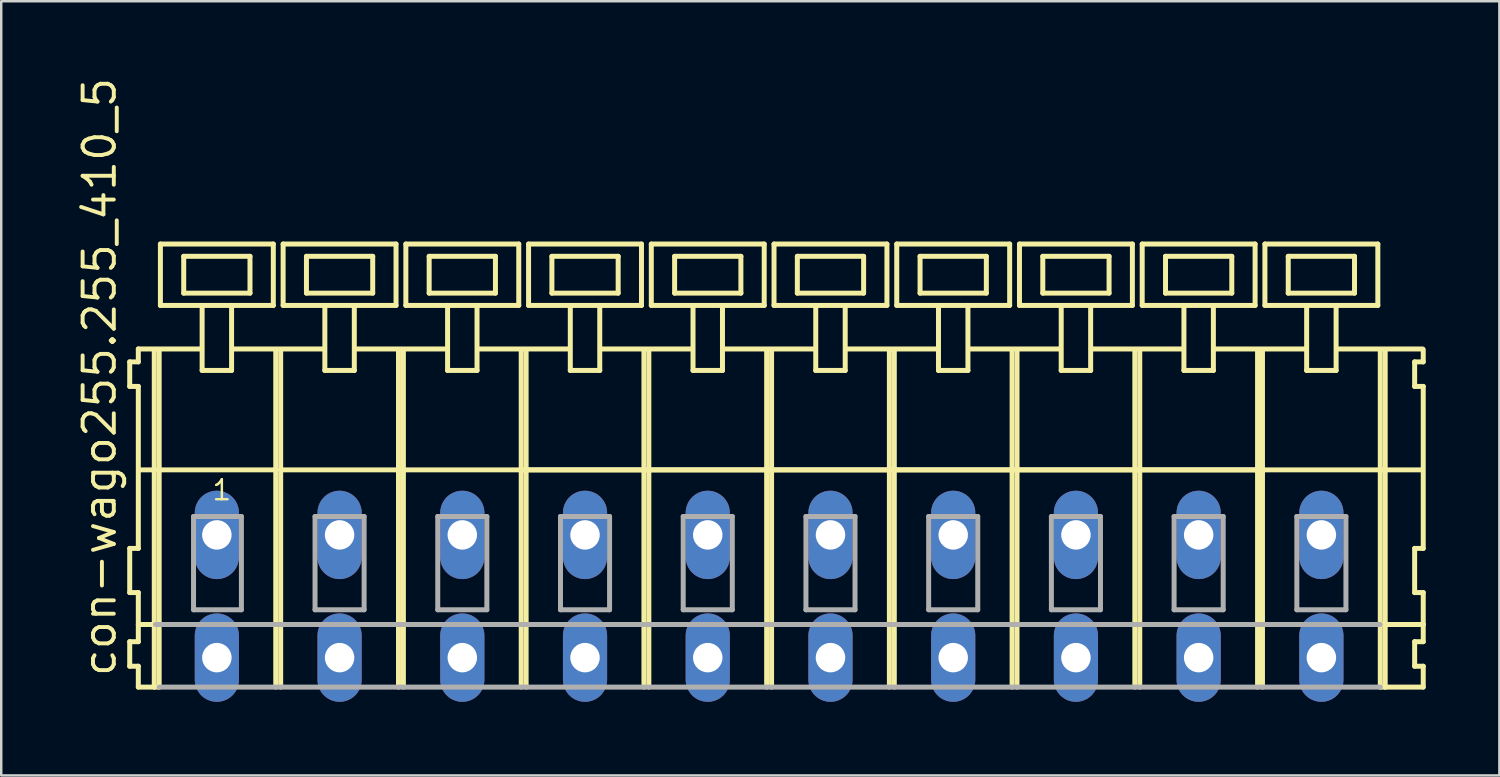
<source format=kicad_pcb>
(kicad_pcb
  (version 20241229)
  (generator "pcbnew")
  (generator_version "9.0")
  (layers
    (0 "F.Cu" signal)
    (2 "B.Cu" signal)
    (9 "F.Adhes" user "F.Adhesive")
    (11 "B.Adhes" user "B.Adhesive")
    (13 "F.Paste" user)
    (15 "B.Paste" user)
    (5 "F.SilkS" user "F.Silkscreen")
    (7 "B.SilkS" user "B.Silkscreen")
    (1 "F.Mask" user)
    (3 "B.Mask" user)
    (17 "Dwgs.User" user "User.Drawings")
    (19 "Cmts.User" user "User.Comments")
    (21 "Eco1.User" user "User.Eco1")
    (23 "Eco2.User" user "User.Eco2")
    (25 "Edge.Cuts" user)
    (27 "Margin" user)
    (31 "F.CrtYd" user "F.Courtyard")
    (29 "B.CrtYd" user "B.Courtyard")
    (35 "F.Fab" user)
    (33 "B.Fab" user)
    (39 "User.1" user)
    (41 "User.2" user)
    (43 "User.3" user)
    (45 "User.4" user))
  (footprint "con-wago255.255_410_5"
    (layer "F.Cu")
    (at 28.285 18.743)
    (property "Reference" "con-wago255.255_410_5" (at -26.535 5.855 90) (layer "F.SilkS") (effects (font (size 1.27 1.27) (thickness 0.16)) (justify left bottom)))
    (attr through_hole)
    (fp_line (start -26.05 -7.05) (end -26.05 -6.05) (stroke (width 0.203) (type default)) (layer "F.SilkS"))
    (fp_line (start -26.05 -6.05) (end -25.7 -6.05) (stroke (width 0.203) (type default)) (layer "F.SilkS"))
    (fp_line (start -26.05 0.55) (end -26.05 2.35) (stroke (width 0.203) (type default)) (layer "F.SilkS"))
    (fp_line (start -26.05 2.35) (end -25.7 2.35) (stroke (width 0.203) (type default)) (layer "F.SilkS"))
    (fp_line (start -26.05 4.35) (end -26.05 5.35) (stroke (width 0.203) (type default)) (layer "F.SilkS"))
    (fp_line (start -26.05 5.35) (end -25.7 5.35) (stroke (width 0.203) (type default)) (layer "F.SilkS"))
    (fp_line (start -25.7 -7.575) (end -25.7 -7.05) (stroke (width 0.203) (type default)) (layer "F.SilkS"))
    (fp_line (start -25.7 -7.575) (end -23.125 -7.575) (stroke (width 0.203) (type default)) (layer "F.SilkS"))
    (fp_line (start -25.7 -7.05) (end -26.05 -7.05) (stroke (width 0.203) (type default)) (layer "F.SilkS"))
    (fp_line (start -25.7 -6.05) (end -25.7 0.55) (stroke (width 0.203) (type default)) (layer "F.SilkS"))
    (fp_line (start -25.7 0.55) (end -26.05 0.55) (stroke (width 0.203) (type default)) (layer "F.SilkS"))
    (fp_line (start -25.7 2.35) (end -25.7 4.35) (stroke (width 0.203) (type default)) (layer "F.SilkS"))
    (fp_line (start -25.7 3.65) (end -25 3.65) (stroke (width 0.203) (type default)) (layer "F.SilkS"))
    (fp_line (start -25.7 4.35) (end -26.05 4.35) (stroke (width 0.203) (type default)) (layer "F.SilkS"))
    (fp_line (start -25.7 5.35) (end -25.7 6.2) (stroke (width 0.203) (type default)) (layer "F.SilkS"))
    (fp_line (start -25.7 6.2) (end -25.05 6.2) (stroke (width 0.203) (type default)) (layer "F.SilkS"))
    (fp_line (start -25.65 -2.65) (end -20.1 -2.65) (stroke (width 0.203) (type default)) (layer "F.SilkS"))
    (fp_line (start -25.05 -7.55) (end -25.05 6.2) (stroke (width 0.203) (type default)) (layer "F.SilkS"))
    (fp_line (start -25.05 6.2) (end -24.85 6.2) (stroke (width 0.203) (type default)) (layer "F.SilkS"))
    (fp_line (start -24.85 -7.55) (end -24.85 6.2) (stroke (width 0.203) (type default)) (layer "F.SilkS"))
    (fp_line (start -24.8 -11.85) (end -24.8 -9.35) (stroke (width 0.203) (type default)) (layer "F.SilkS"))
    (fp_line (start -24.8 -9.35) (end -23.1 -9.35) (stroke (width 0.203) (type default)) (layer "F.SilkS"))
    (fp_line (start -23.85 -11.35) (end -23.85 -9.85) (stroke (width 0.203) (type default)) (layer "F.SilkS"))
    (fp_line (start -23.85 -9.85) (end -21.15 -9.85) (stroke (width 0.203) (type default)) (layer "F.SilkS"))
    (fp_line (start -23.1 -9.35) (end -23.1 -6.7) (stroke (width 0.203) (type default)) (layer "F.SilkS"))
    (fp_line (start -23.1 -9.35) (end -21.9 -9.35) (stroke (width 0.203) (type default)) (layer "F.SilkS"))
    (fp_line (start -23.1 -6.7) (end -21.9 -6.7) (stroke (width 0.203) (type default)) (layer "F.SilkS"))
    (fp_line (start -21.9 -9.35) (end -20.2 -9.35) (stroke (width 0.203) (type default)) (layer "F.SilkS"))
    (fp_line (start -21.9 -6.7) (end -21.9 -9.35) (stroke (width 0.203) (type default)) (layer "F.SilkS"))
    (fp_line (start -21.825 -7.575) (end -18.125 -7.575) (stroke (width 0.203) (type default)) (layer "F.SilkS"))
    (fp_line (start -21.15 -11.35) (end -23.85 -11.35) (stroke (width 0.203) (type default)) (layer "F.SilkS"))
    (fp_line (start -21.15 -9.85) (end -21.15 -11.35) (stroke (width 0.203) (type default)) (layer "F.SilkS"))
    (fp_line (start -20.2 -11.85) (end -24.8 -11.85) (stroke (width 0.203) (type default)) (layer "F.SilkS"))
    (fp_line (start -20.2 -9.35) (end -20.2 -11.85) (stroke (width 0.203) (type default)) (layer "F.SilkS"))
    (fp_line (start -20.1 -7.55) (end -20.1 -2.65) (stroke (width 0.203) (type default)) (layer "F.SilkS"))
    (fp_line (start -20.1 -2.65) (end -20.1 6.2) (stroke (width 0.203) (type default)) (layer "F.SilkS"))
    (fp_line (start -19.9 -7.55) (end -19.9 -2.65) (stroke (width 0.203) (type default)) (layer "F.SilkS"))
    (fp_line (start -19.9 -2.65) (end -19.9 6.2) (stroke (width 0.203) (type default)) (layer "F.SilkS"))
    (fp_line (start -19.9 -2.65) (end -15.1 -2.65) (stroke (width 0.203) (type default)) (layer "F.SilkS"))
    (fp_line (start -19.8 -11.85) (end -19.8 -9.35) (stroke (width 0.203) (type default)) (layer "F.SilkS"))
    (fp_line (start -19.8 -9.35) (end -18.1 -9.35) (stroke (width 0.203) (type default)) (layer "F.SilkS"))
    (fp_line (start -18.85 -11.35) (end -18.85 -9.85) (stroke (width 0.203) (type default)) (layer "F.SilkS"))
    (fp_line (start -18.85 -9.85) (end -16.15 -9.85) (stroke (width 0.203) (type default)) (layer "F.SilkS"))
    (fp_line (start -18.1 -9.35) (end -18.1 -6.7) (stroke (width 0.203) (type default)) (layer "F.SilkS"))
    (fp_line (start -18.1 -9.35) (end -16.9 -9.35) (stroke (width 0.203) (type default)) (layer "F.SilkS"))
    (fp_line (start -18.1 -6.7) (end -16.9 -6.7) (stroke (width 0.203) (type default)) (layer "F.SilkS"))
    (fp_line (start -16.9 -9.35) (end -15.2 -9.35) (stroke (width 0.203) (type default)) (layer "F.SilkS"))
    (fp_line (start -16.9 -6.7) (end -16.9 -9.35) (stroke (width 0.203) (type default)) (layer "F.SilkS"))
    (fp_line (start -16.875 -7.575) (end -13.125 -7.575) (stroke (width 0.203) (type default)) (layer "F.SilkS"))
    (fp_line (start -16.15 -11.35) (end -18.85 -11.35) (stroke (width 0.203) (type default)) (layer "F.SilkS"))
    (fp_line (start -16.15 -9.85) (end -16.15 -11.35) (stroke (width 0.203) (type default)) (layer "F.SilkS"))
    (fp_line (start -15.2 -11.85) (end -19.8 -11.85) (stroke (width 0.203) (type default)) (layer "F.SilkS"))
    (fp_line (start -15.2 -9.35) (end -15.2 -11.85) (stroke (width 0.203) (type default)) (layer "F.SilkS"))
    (fp_line (start -15.1 -7.55) (end -15.1 -2.65) (stroke (width 0.203) (type default)) (layer "F.SilkS"))
    (fp_line (start -15.1 -2.65) (end -15.1 6.2) (stroke (width 0.203) (type default)) (layer "F.SilkS"))
    (fp_line (start -15.1 -2.65) (end -14.9 -2.65) (stroke (width 0.203) (type default)) (layer "F.SilkS"))
    (fp_line (start -14.9 -7.55) (end -14.9 -2.65) (stroke (width 0.203) (type default)) (layer "F.SilkS"))
    (fp_line (start -14.9 -2.65) (end -14.9 6.2) (stroke (width 0.203) (type default)) (layer "F.SilkS"))
    (fp_line (start -14.9 -2.65) (end -10.1 -2.65) (stroke (width 0.203) (type default)) (layer "F.SilkS"))
    (fp_line (start -14.8 -11.85) (end -14.8 -9.35) (stroke (width 0.203) (type default)) (layer "F.SilkS"))
    (fp_line (start -14.8 -9.35) (end -13.1 -9.35) (stroke (width 0.203) (type default)) (layer "F.SilkS"))
    (fp_line (start -13.85 -11.35) (end -13.85 -9.85) (stroke (width 0.203) (type default)) (layer "F.SilkS"))
    (fp_line (start -13.85 -9.85) (end -11.15 -9.85) (stroke (width 0.203) (type default)) (layer "F.SilkS"))
    (fp_line (start -13.1 -9.35) (end -13.1 -6.7) (stroke (width 0.203) (type default)) (layer "F.SilkS"))
    (fp_line (start -13.1 -9.35) (end -11.9 -9.35) (stroke (width 0.203) (type default)) (layer "F.SilkS"))
    (fp_line (start -13.1 -6.7) (end -11.9 -6.7) (stroke (width 0.203) (type default)) (layer "F.SilkS"))
    (fp_line (start -11.9 -9.35) (end -10.2 -9.35) (stroke (width 0.203) (type default)) (layer "F.SilkS"))
    (fp_line (start -11.9 -6.7) (end -11.9 -9.35) (stroke (width 0.203) (type default)) (layer "F.SilkS"))
    (fp_line (start -11.875 -7.575) (end -8.125 -7.575) (stroke (width 0.203) (type default)) (layer "F.SilkS"))
    (fp_line (start -11.15 -11.35) (end -13.85 -11.35) (stroke (width 0.203) (type default)) (layer "F.SilkS"))
    (fp_line (start -11.15 -9.85) (end -11.15 -11.35) (stroke (width 0.203) (type default)) (layer "F.SilkS"))
    (fp_line (start -10.2 -11.85) (end -14.8 -11.85) (stroke (width 0.203) (type default)) (layer "F.SilkS"))
    (fp_line (start -10.2 -9.35) (end -10.2 -11.85) (stroke (width 0.203) (type default)) (layer "F.SilkS"))
    (fp_line (start -10.1 -7.55) (end -10.1 -2.65) (stroke (width 0.203) (type default)) (layer "F.SilkS"))
    (fp_line (start -10.1 -2.65) (end -10.1 6.2) (stroke (width 0.203) (type default)) (layer "F.SilkS"))
    (fp_line (start -10.1 -2.65) (end -9.9 -2.65) (stroke (width 0.203) (type default)) (layer "F.SilkS"))
    (fp_line (start -10.1 -2.65) (end 24.9 -2.65) (stroke (width 0.203) (type default)) (layer "F.SilkS"))
    (fp_line (start -9.9 -7.55) (end -9.9 -2.65) (stroke (width 0.203) (type default)) (layer "F.SilkS"))
    (fp_line (start -9.9 -2.65) (end -9.9 6.2) (stroke (width 0.203) (type default)) (layer "F.SilkS"))
    (fp_line (start -9.9 -2.65) (end -5.1 -2.65) (stroke (width 0.203) (type default)) (layer "F.SilkS"))
    (fp_line (start -9.8 -11.85) (end -9.8 -9.35) (stroke (width 0.203) (type default)) (layer "F.SilkS"))
    (fp_line (start -9.8 -9.35) (end -8.1 -9.35) (stroke (width 0.203) (type default)) (layer "F.SilkS"))
    (fp_line (start -8.85 -11.35) (end -8.85 -9.85) (stroke (width 0.203) (type default)) (layer "F.SilkS"))
    (fp_line (start -8.85 -9.85) (end -6.15 -9.85) (stroke (width 0.203) (type default)) (layer "F.SilkS"))
    (fp_line (start -8.1 -9.35) (end -8.1 -6.7) (stroke (width 0.203) (type default)) (layer "F.SilkS"))
    (fp_line (start -8.1 -9.35) (end -6.9 -9.35) (stroke (width 0.203) (type default)) (layer "F.SilkS"))
    (fp_line (start -8.1 -6.7) (end -6.9 -6.7) (stroke (width 0.203) (type default)) (layer "F.SilkS"))
    (fp_line (start -6.9 -9.35) (end -5.2 -9.35) (stroke (width 0.203) (type default)) (layer "F.SilkS"))
    (fp_line (start -6.9 -6.7) (end -6.9 -9.35) (stroke (width 0.203) (type default)) (layer "F.SilkS"))
    (fp_line (start -6.875 -7.575) (end -3.125 -7.575) (stroke (width 0.203) (type default)) (layer "F.SilkS"))
    (fp_line (start -6.15 -11.35) (end -8.85 -11.35) (stroke (width 0.203) (type default)) (layer "F.SilkS"))
    (fp_line (start -6.15 -9.85) (end -6.15 -11.35) (stroke (width 0.203) (type default)) (layer "F.SilkS"))
    (fp_line (start -5.2 -11.85) (end -9.8 -11.85) (stroke (width 0.203) (type default)) (layer "F.SilkS"))
    (fp_line (start -5.2 -9.35) (end -5.2 -11.85) (stroke (width 0.203) (type default)) (layer "F.SilkS"))
    (fp_line (start -5.1 -7.55) (end -5.1 -2.65) (stroke (width 0.203) (type default)) (layer "F.SilkS"))
    (fp_line (start -5.1 -2.65) (end -5.1 6.2) (stroke (width 0.203) (type default)) (layer "F.SilkS"))
    (fp_line (start -5.1 -2.65) (end -4.9 -2.65) (stroke (width 0.203) (type default)) (layer "F.SilkS"))
    (fp_line (start -4.9 -7.55) (end -4.9 -2.65) (stroke (width 0.203) (type default)) (layer "F.SilkS"))
    (fp_line (start -4.9 -2.65) (end -4.9 6.2) (stroke (width 0.203) (type default)) (layer "F.SilkS"))
    (fp_line (start -4.9 -2.65) (end -0.1 -2.65) (stroke (width 0.203) (type default)) (layer "F.SilkS"))
    (fp_line (start -4.8 -11.85) (end -4.8 -9.35) (stroke (width 0.203) (type default)) (layer "F.SilkS"))
    (fp_line (start -4.8 -9.35) (end -3.1 -9.35) (stroke (width 0.203) (type default)) (layer "F.SilkS"))
    (fp_line (start -3.85 -11.35) (end -3.85 -9.85) (stroke (width 0.203) (type default)) (layer "F.SilkS"))
    (fp_line (start -3.85 -9.85) (end -1.15 -9.85) (stroke (width 0.203) (type default)) (layer "F.SilkS"))
    (fp_line (start -3.1 -9.35) (end -3.1 -6.7) (stroke (width 0.203) (type default)) (layer "F.SilkS"))
    (fp_line (start -3.1 -9.35) (end -1.9 -9.35) (stroke (width 0.203) (type default)) (layer "F.SilkS"))
    (fp_line (start -3.1 -6.7) (end -1.9 -6.7) (stroke (width 0.203) (type default)) (layer "F.SilkS"))
    (fp_line (start -1.9 -9.35) (end -0.2 -9.35) (stroke (width 0.203) (type default)) (layer "F.SilkS"))
    (fp_line (start -1.9 -6.7) (end -1.9 -9.35) (stroke (width 0.203) (type default)) (layer "F.SilkS"))
    (fp_line (start -1.875 -7.575) (end 1.875 -7.575) (stroke (width 0.203) (type default)) (layer "F.SilkS"))
    (fp_line (start -1.15 -11.35) (end -3.85 -11.35) (stroke (width 0.203) (type default)) (layer "F.SilkS"))
    (fp_line (start -1.15 -9.85) (end -1.15 -11.35) (stroke (width 0.203) (type default)) (layer "F.SilkS"))
    (fp_line (start -0.2 -11.85) (end -4.8 -11.85) (stroke (width 0.203) (type default)) (layer "F.SilkS"))
    (fp_line (start -0.2 -9.35) (end -0.2 -11.85) (stroke (width 0.203) (type default)) (layer "F.SilkS"))
    (fp_line (start -0.1 -7.55) (end -0.1 -2.65) (stroke (width 0.203) (type default)) (layer "F.SilkS"))
    (fp_line (start -0.1 -2.65) (end -0.1 6.2) (stroke (width 0.203) (type default)) (layer "F.SilkS"))
    (fp_line (start -0.1 -2.65) (end 0.1 -2.65) (stroke (width 0.203) (type default)) (layer "F.SilkS"))
    (fp_line (start 0.1 -7.55) (end 0.1 -2.65) (stroke (width 0.203) (type default)) (layer "F.SilkS"))
    (fp_line (start 0.1 -2.65) (end 0.1 6.2) (stroke (width 0.203) (type default)) (layer "F.SilkS"))
    (fp_line (start 0.1 -2.65) (end 4.9 -2.65) (stroke (width 0.203) (type default)) (layer "F.SilkS"))
    (fp_line (start 0.2 -11.85) (end 0.2 -9.35) (stroke (width 0.203) (type default)) (layer "F.SilkS"))
    (fp_line (start 0.2 -9.35) (end 1.9 -9.35) (stroke (width 0.203) (type default)) (layer "F.SilkS"))
    (fp_line (start 1.15 -11.35) (end 1.15 -9.85) (stroke (width 0.203) (type default)) (layer "F.SilkS"))
    (fp_line (start 1.15 -9.85) (end 3.85 -9.85) (stroke (width 0.203) (type default)) (layer "F.SilkS"))
    (fp_line (start 1.9 -9.35) (end 1.9 -6.7) (stroke (width 0.203) (type default)) (layer "F.SilkS"))
    (fp_line (start 1.9 -9.35) (end 3.1 -9.35) (stroke (width 0.203) (type default)) (layer "F.SilkS"))
    (fp_line (start 1.9 -6.7) (end 3.1 -6.7) (stroke (width 0.203) (type default)) (layer "F.SilkS"))
    (fp_line (start 3.1 -9.35) (end 4.8 -9.35) (stroke (width 0.203) (type default)) (layer "F.SilkS"))
    (fp_line (start 3.1 -6.7) (end 3.1 -9.35) (stroke (width 0.203) (type default)) (layer "F.SilkS"))
    (fp_line (start 3.125 -7.575) (end 6.875 -7.575) (stroke (width 0.203) (type default)) (layer "F.SilkS"))
    (fp_line (start 3.85 -11.35) (end 1.15 -11.35) (stroke (width 0.203) (type default)) (layer "F.SilkS"))
    (fp_line (start 3.85 -9.85) (end 3.85 -11.35) (stroke (width 0.203) (type default)) (layer "F.SilkS"))
    (fp_line (start 4.8 -11.85) (end 0.2 -11.85) (stroke (width 0.203) (type default)) (layer "F.SilkS"))
    (fp_line (start 4.8 -9.35) (end 4.8 -11.85) (stroke (width 0.203) (type default)) (layer "F.SilkS"))
    (fp_line (start 4.9 -7.55) (end 4.9 -2.65) (stroke (width 0.203) (type default)) (layer "F.SilkS"))
    (fp_line (start 4.9 -2.65) (end 4.9 6.2) (stroke (width 0.203) (type default)) (layer "F.SilkS"))
    (fp_line (start 4.9 -2.65) (end 5.1 -2.65) (stroke (width 0.203) (type default)) (layer "F.SilkS"))
    (fp_line (start 5.1 -7.55) (end 5.1 -2.65) (stroke (width 0.203) (type default)) (layer "F.SilkS"))
    (fp_line (start 5.1 -2.65) (end 5.1 6.2) (stroke (width 0.203) (type default)) (layer "F.SilkS"))
    (fp_line (start 5.1 -2.65) (end 9.9 -2.65) (stroke (width 0.203) (type default)) (layer "F.SilkS"))
    (fp_line (start 5.2 -11.85) (end 5.2 -9.35) (stroke (width 0.203) (type default)) (layer "F.SilkS"))
    (fp_line (start 5.2 -9.35) (end 6.9 -9.35) (stroke (width 0.203) (type default)) (layer "F.SilkS"))
    (fp_line (start 6.15 -11.35) (end 6.15 -9.85) (stroke (width 0.203) (type default)) (layer "F.SilkS"))
    (fp_line (start 6.15 -9.85) (end 8.85 -9.85) (stroke (width 0.203) (type default)) (layer "F.SilkS"))
    (fp_line (start 6.9 -9.35) (end 6.9 -6.7) (stroke (width 0.203) (type default)) (layer "F.SilkS"))
    (fp_line (start 6.9 -9.35) (end 8.1 -9.35) (stroke (width 0.203) (type default)) (layer "F.SilkS"))
    (fp_line (start 6.9 -6.7) (end 8.1 -6.7) (stroke (width 0.203) (type default)) (layer "F.SilkS"))
    (fp_line (start 8.1 -9.35) (end 9.8 -9.35) (stroke (width 0.203) (type default)) (layer "F.SilkS"))
    (fp_line (start 8.1 -6.7) (end 8.1 -9.35) (stroke (width 0.203) (type default)) (layer "F.SilkS"))
    (fp_line (start 8.125 -7.575) (end 11.875 -7.575) (stroke (width 0.203) (type default)) (layer "F.SilkS"))
    (fp_line (start 8.85 -11.35) (end 6.15 -11.35) (stroke (width 0.203) (type default)) (layer "F.SilkS"))
    (fp_line (start 8.85 -9.85) (end 8.85 -11.35) (stroke (width 0.203) (type default)) (layer "F.SilkS"))
    (fp_line (start 9.8 -11.85) (end 5.2 -11.85) (stroke (width 0.203) (type default)) (layer "F.SilkS"))
    (fp_line (start 9.8 -9.35) (end 9.8 -11.85) (stroke (width 0.203) (type default)) (layer "F.SilkS"))
    (fp_line (start 9.9 -7.55) (end 9.9 -2.65) (stroke (width 0.203) (type default)) (layer "F.SilkS"))
    (fp_line (start 9.9 -2.65) (end 9.9 6.2) (stroke (width 0.203) (type default)) (layer "F.SilkS"))
    (fp_line (start 9.9 -2.65) (end 10.1 -2.65) (stroke (width 0.203) (type default)) (layer "F.SilkS"))
    (fp_line (start 10.1 -7.55) (end 10.1 -2.65) (stroke (width 0.203) (type default)) (layer "F.SilkS"))
    (fp_line (start 10.1 -2.65) (end 10.1 6.2) (stroke (width 0.203) (type default)) (layer "F.SilkS"))
    (fp_line (start 10.1 -2.65) (end 14.9 -2.65) (stroke (width 0.203) (type default)) (layer "F.SilkS"))
    (fp_line (start 10.2 -11.85) (end 10.2 -9.35) (stroke (width 0.203) (type default)) (layer "F.SilkS"))
    (fp_line (start 10.2 -9.35) (end 11.9 -9.35) (stroke (width 0.203) (type default)) (layer "F.SilkS"))
    (fp_line (start 11.15 -11.35) (end 11.15 -9.85) (stroke (width 0.203) (type default)) (layer "F.SilkS"))
    (fp_line (start 11.15 -9.85) (end 13.85 -9.85) (stroke (width 0.203) (type default)) (layer "F.SilkS"))
    (fp_line (start 11.9 -9.35) (end 11.9 -6.7) (stroke (width 0.203) (type default)) (layer "F.SilkS"))
    (fp_line (start 11.9 -9.35) (end 13.1 -9.35) (stroke (width 0.203) (type default)) (layer "F.SilkS"))
    (fp_line (start 11.9 -6.7) (end 13.1 -6.7) (stroke (width 0.203) (type default)) (layer "F.SilkS"))
    (fp_line (start 13.1 -9.35) (end 14.8 -9.35) (stroke (width 0.203) (type default)) (layer "F.SilkS"))
    (fp_line (start 13.1 -6.7) (end 13.1 -9.35) (stroke (width 0.203) (type default)) (layer "F.SilkS"))
    (fp_line (start 13.125 -7.575) (end 16.875 -7.575) (stroke (width 0.203) (type default)) (layer "F.SilkS"))
    (fp_line (start 13.85 -11.35) (end 11.15 -11.35) (stroke (width 0.203) (type default)) (layer "F.SilkS"))
    (fp_line (start 13.85 -9.85) (end 13.85 -11.35) (stroke (width 0.203) (type default)) (layer "F.SilkS"))
    (fp_line (start 14.8 -11.85) (end 10.2 -11.85) (stroke (width 0.203) (type default)) (layer "F.SilkS"))
    (fp_line (start 14.8 -9.35) (end 14.8 -11.85) (stroke (width 0.203) (type default)) (layer "F.SilkS"))
    (fp_line (start 14.9 -7.55) (end 14.9 -2.65) (stroke (width 0.203) (type default)) (layer "F.SilkS"))
    (fp_line (start 14.9 -2.65) (end 14.9 6.2) (stroke (width 0.203) (type default)) (layer "F.SilkS"))
    (fp_line (start 14.9 -2.65) (end 15.1 -2.65) (stroke (width 0.203) (type default)) (layer "F.SilkS"))
    (fp_line (start 15.1 -7.55) (end 15.1 -2.65) (stroke (width 0.203) (type default)) (layer "F.SilkS"))
    (fp_line (start 15.1 -2.65) (end 15.1 6.2) (stroke (width 0.203) (type default)) (layer "F.SilkS"))
    (fp_line (start 15.1 -2.65) (end 19.9 -2.65) (stroke (width 0.203) (type default)) (layer "F.SilkS"))
    (fp_line (start 15.2 -11.85) (end 15.2 -9.35) (stroke (width 0.203) (type default)) (layer "F.SilkS"))
    (fp_line (start 15.2 -9.35) (end 16.9 -9.35) (stroke (width 0.203) (type default)) (layer "F.SilkS"))
    (fp_line (start 16.15 -11.35) (end 16.15 -9.85) (stroke (width 0.203) (type default)) (layer "F.SilkS"))
    (fp_line (start 16.15 -9.85) (end 18.85 -9.85) (stroke (width 0.203) (type default)) (layer "F.SilkS"))
    (fp_line (start 16.9 -9.35) (end 16.9 -6.7) (stroke (width 0.203) (type default)) (layer "F.SilkS"))
    (fp_line (start 16.9 -9.35) (end 18.1 -9.35) (stroke (width 0.203) (type default)) (layer "F.SilkS"))
    (fp_line (start 16.9 -6.7) (end 18.1 -6.7) (stroke (width 0.203) (type default)) (layer "F.SilkS"))
    (fp_line (start 18.1 -9.35) (end 19.8 -9.35) (stroke (width 0.203) (type default)) (layer "F.SilkS"))
    (fp_line (start 18.1 -6.7) (end 18.1 -9.35) (stroke (width 0.203) (type default)) (layer "F.SilkS"))
    (fp_line (start 18.125 -7.575) (end 21.875 -7.575) (stroke (width 0.203) (type default)) (layer "F.SilkS"))
    (fp_line (start 18.85 -11.35) (end 16.15 -11.35) (stroke (width 0.203) (type default)) (layer "F.SilkS"))
    (fp_line (start 18.85 -9.85) (end 18.85 -11.35) (stroke (width 0.203) (type default)) (layer "F.SilkS"))
    (fp_line (start 19.8 -11.85) (end 15.2 -11.85) (stroke (width 0.203) (type default)) (layer "F.SilkS"))
    (fp_line (start 19.8 -9.35) (end 19.8 -11.85) (stroke (width 0.203) (type default)) (layer "F.SilkS"))
    (fp_line (start 19.9 -7.55) (end 19.9 -2.65) (stroke (width 0.203) (type default)) (layer "F.SilkS"))
    (fp_line (start 19.9 -2.65) (end 19.9 6.2) (stroke (width 0.203) (type default)) (layer "F.SilkS"))
    (fp_line (start 19.9 -2.65) (end 20.1 -2.65) (stroke (width 0.203) (type default)) (layer "F.SilkS"))
    (fp_line (start 20.1 -7.55) (end 20.1 -2.65) (stroke (width 0.203) (type default)) (layer "F.SilkS"))
    (fp_line (start 20.1 -2.65) (end 20.1 6.2) (stroke (width 0.203) (type default)) (layer "F.SilkS"))
    (fp_line (start 20.2 -11.85) (end 20.2 -9.35) (stroke (width 0.203) (type default)) (layer "F.SilkS"))
    (fp_line (start 20.2 -9.35) (end 21.9 -9.35) (stroke (width 0.203) (type default)) (layer "F.SilkS"))
    (fp_line (start 21.15 -11.35) (end 21.15 -9.85) (stroke (width 0.203) (type default)) (layer "F.SilkS"))
    (fp_line (start 21.15 -9.85) (end 23.85 -9.85) (stroke (width 0.203) (type default)) (layer "F.SilkS"))
    (fp_line (start 21.9 -9.35) (end 21.9 -6.7) (stroke (width 0.203) (type default)) (layer "F.SilkS"))
    (fp_line (start 21.9 -9.35) (end 23.1 -9.35) (stroke (width 0.203) (type default)) (layer "F.SilkS"))
    (fp_line (start 21.9 -6.7) (end 23.1 -6.7) (stroke (width 0.203) (type default)) (layer "F.SilkS"))
    (fp_line (start 23.1 -9.35) (end 24.8 -9.35) (stroke (width 0.203) (type default)) (layer "F.SilkS"))
    (fp_line (start 23.1 -6.7) (end 23.1 -9.35) (stroke (width 0.203) (type default)) (layer "F.SilkS"))
    (fp_line (start 23.125 -7.575) (end 26.625 -7.575) (stroke (width 0.203) (type default)) (layer "F.SilkS"))
    (fp_line (start 23.85 -11.35) (end 21.15 -11.35) (stroke (width 0.203) (type default)) (layer "F.SilkS"))
    (fp_line (start 23.85 -9.85) (end 23.85 -11.35) (stroke (width 0.203) (type default)) (layer "F.SilkS"))
    (fp_line (start 24.8 -11.85) (end 20.2 -11.85) (stroke (width 0.203) (type default)) (layer "F.SilkS"))
    (fp_line (start 24.8 -9.35) (end 24.8 -11.85) (stroke (width 0.203) (type default)) (layer "F.SilkS"))
    (fp_line (start 24.9 -7.55) (end 24.9 -2.65) (stroke (width 0.203) (type default)) (layer "F.SilkS"))
    (fp_line (start 24.9 -2.65) (end 24.9 6.2) (stroke (width 0.203) (type default)) (layer "F.SilkS"))
    (fp_line (start 24.9 -2.65) (end 25.1 -2.65) (stroke (width 0.203) (type default)) (layer "F.SilkS"))
    (fp_line (start 24.9 6.2) (end 25.1 6.2) (stroke (width 0.203) (type default)) (layer "F.SilkS"))
    (fp_line (start 24.95 3.65) (end 26.65 3.65) (stroke (width 0.203) (type default)) (layer "F.SilkS"))
    (fp_line (start 25.1 -7.55) (end 25.1 -2.65) (stroke (width 0.203) (type default)) (layer "F.SilkS"))
    (fp_line (start 25.1 -2.65) (end 25.1 6.2) (stroke (width 0.203) (type default)) (layer "F.SilkS"))
    (fp_line (start 25.1 -2.65) (end 26.6 -2.65) (stroke (width 0.203) (type default)) (layer "F.SilkS"))
    (fp_line (start 25.1 6.2) (end 26.65 6.2) (stroke (width 0.203) (type default)) (layer "F.SilkS"))
    (fp_line (start 26.3 -7.05) (end 26.3 -6.05) (stroke (width 0.203) (type default)) (layer "F.SilkS"))
    (fp_line (start 26.3 -6.05) (end 26.65 -6.05) (stroke (width 0.203) (type default)) (layer "F.SilkS"))
    (fp_line (start 26.3 0.55) (end 26.3 2.35) (stroke (width 0.203) (type default)) (layer "F.SilkS"))
    (fp_line (start 26.3 2.35) (end 26.65 2.35) (stroke (width 0.203) (type default)) (layer "F.SilkS"))
    (fp_line (start 26.3 4.35) (end 26.3 5.35) (stroke (width 0.203) (type default)) (layer "F.SilkS"))
    (fp_line (start 26.3 5.35) (end 26.65 5.35) (stroke (width 0.203) (type default)) (layer "F.SilkS"))
    (fp_line (start 26.65 -7.05) (end 26.3 -7.05) (stroke (width 0.203) (type default)) (layer "F.SilkS"))
    (fp_line (start 26.65 -7.05) (end 26.65 -7.55) (stroke (width 0.203) (type default)) (layer "F.SilkS"))
    (fp_line (start 26.65 0.55) (end 26.3 0.55) (stroke (width 0.203) (type default)) (layer "F.SilkS"))
    (fp_line (start 26.65 0.55) (end 26.65 -6.05) (stroke (width 0.203) (type default)) (layer "F.SilkS"))
    (fp_line (start 26.65 3.65) (end 26.65 2.35) (stroke (width 0.203) (type default)) (layer "F.SilkS"))
    (fp_line (start 26.65 4.35) (end 26.3 4.35) (stroke (width 0.203) (type default)) (layer "F.SilkS"))
    (fp_line (start 26.65 4.35) (end 26.65 3.65) (stroke (width 0.203) (type default)) (layer "F.SilkS"))
    (fp_line (start 26.65 6.2) (end 26.65 5.35) (stroke (width 0.203) (type default)) (layer "F.SilkS"))
    (fp_line (start -25 3.65) (end 24.9 3.65) (stroke (width 0.203) (type default)) (layer "F.Fab"))
    (fp_line (start -24.85 6.2) (end 24.9 6.2) (stroke (width 0.203) (type default)) (layer "F.Fab"))
    (fp_line (start -23.45 -0.75) (end -23.45 3.05) (stroke (width 0.203) (type default)) (layer "F.Fab"))
    (fp_line (start -23.45 3.05) (end -21.5 3.05) (stroke (width 0.203) (type default)) (layer "F.Fab"))
    (fp_line (start -21.5 -0.75) (end -23.45 -0.75) (stroke (width 0.203) (type default)) (layer "F.Fab"))
    (fp_line (start -21.5 3.05) (end -21.5 -0.75) (stroke (width 0.203) (type default)) (layer "F.Fab"))
    (fp_line (start -18.5 -0.75) (end -18.5 3.05) (stroke (width 0.203) (type default)) (layer "F.Fab"))
    (fp_line (start -18.5 3.05) (end -16.5 3.05) (stroke (width 0.203) (type default)) (layer "F.Fab"))
    (fp_line (start -16.5 -0.75) (end -18.5 -0.75) (stroke (width 0.203) (type default)) (layer "F.Fab"))
    (fp_line (start -16.5 3.05) (end -16.5 -0.75) (stroke (width 0.203) (type default)) (layer "F.Fab"))
    (fp_line (start -13.5 -0.75) (end -13.5 3.05) (stroke (width 0.203) (type default)) (layer "F.Fab"))
    (fp_line (start -13.5 3.05) (end -11.5 3.05) (stroke (width 0.203) (type default)) (layer "F.Fab"))
    (fp_line (start -11.5 -0.75) (end -13.5 -0.75) (stroke (width 0.203) (type default)) (layer "F.Fab"))
    (fp_line (start -11.5 3.05) (end -11.5 -0.75) (stroke (width 0.203) (type default)) (layer "F.Fab"))
    (fp_line (start -8.5 -0.75) (end -8.5 3.05) (stroke (width 0.203) (type default)) (layer "F.Fab"))
    (fp_line (start -8.5 3.05) (end -6.5 3.05) (stroke (width 0.203) (type default)) (layer "F.Fab"))
    (fp_line (start -6.5 -0.75) (end -8.5 -0.75) (stroke (width 0.203) (type default)) (layer "F.Fab"))
    (fp_line (start -6.5 3.05) (end -6.5 -0.75) (stroke (width 0.203) (type default)) (layer "F.Fab"))
    (fp_line (start -3.5 -0.75) (end -3.5 3.05) (stroke (width 0.203) (type default)) (layer "F.Fab"))
    (fp_line (start -3.5 3.05) (end -1.5 3.05) (stroke (width 0.203) (type default)) (layer "F.Fab"))
    (fp_line (start -1.5 -0.75) (end -3.5 -0.75) (stroke (width 0.203) (type default)) (layer "F.Fab"))
    (fp_line (start -1.5 3.05) (end -1.5 -0.75) (stroke (width 0.203) (type default)) (layer "F.Fab"))
    (fp_line (start 1.5 -0.75) (end 1.5 3.05) (stroke (width 0.203) (type default)) (layer "F.Fab"))
    (fp_line (start 1.5 3.05) (end 3.5 3.05) (stroke (width 0.203) (type default)) (layer "F.Fab"))
    (fp_line (start 3.5 -0.75) (end 1.5 -0.75) (stroke (width 0.203) (type default)) (layer "F.Fab"))
    (fp_line (start 3.5 3.05) (end 3.5 -0.75) (stroke (width 0.203) (type default)) (layer "F.Fab"))
    (fp_line (start 6.5 -0.75) (end 6.5 3.05) (stroke (width 0.203) (type default)) (layer "F.Fab"))
    (fp_line (start 6.5 3.05) (end 8.5 3.05) (stroke (width 0.203) (type default)) (layer "F.Fab"))
    (fp_line (start 8.5 -0.75) (end 6.5 -0.75) (stroke (width 0.203) (type default)) (layer "F.Fab"))
    (fp_line (start 8.5 3.05) (end 8.5 -0.75) (stroke (width 0.203) (type default)) (layer "F.Fab"))
    (fp_line (start 11.5 -0.75) (end 11.5 3.05) (stroke (width 0.203) (type default)) (layer "F.Fab"))
    (fp_line (start 11.5 3.05) (end 13.5 3.05) (stroke (width 0.203) (type default)) (layer "F.Fab"))
    (fp_line (start 13.5 -0.75) (end 11.5 -0.75) (stroke (width 0.203) (type default)) (layer "F.Fab"))
    (fp_line (start 13.5 3.05) (end 13.5 -0.75) (stroke (width 0.203) (type default)) (layer "F.Fab"))
    (fp_line (start 16.5 -0.75) (end 16.5 3.05) (stroke (width 0.203) (type default)) (layer "F.Fab"))
    (fp_line (start 16.5 3.05) (end 18.5 3.05) (stroke (width 0.203) (type default)) (layer "F.Fab"))
    (fp_line (start 18.5 -0.75) (end 16.5 -0.75) (stroke (width 0.203) (type default)) (layer "F.Fab"))
    (fp_line (start 18.5 3.05) (end 18.5 -0.75) (stroke (width 0.203) (type default)) (layer "F.Fab"))
    (fp_line (start 21.5 -0.75) (end 21.5 3.05) (stroke (width 0.203) (type default)) (layer "F.Fab"))
    (fp_line (start 21.5 3.05) (end 23.5 3.05) (stroke (width 0.203) (type default)) (layer "F.Fab"))
    (fp_line (start 23.5 -0.75) (end 21.5 -0.75) (stroke (width 0.203) (type default)) (layer "F.Fab"))
    (fp_line (start 23.5 3.05) (end 23.5 -0.75) (stroke (width 0.203) (type default)) (layer "F.Fab"))
    (fp_text user "1" (at -22.75 -1.35 0) (layer "F.SilkS") (effects (font (size 0.813 0.813) (thickness 0.1)) (justify left bottom)))
    (pad "A1" thru_hole oval (at -22.5 0 90) (size 3.6 1.8) (drill 1.2) (layers "*.Cu" "*.Mask"))
    (pad "A2" thru_hole oval (at -17.5 0 90) (size 3.6 1.8) (drill 1.2) (layers "*.Cu" "*.Mask"))
    (pad "A3" thru_hole oval (at -12.5 0 90) (size 3.6 1.8) (drill 1.2) (layers "*.Cu" "*.Mask"))
    (pad "A4" thru_hole oval (at -7.5 0 90) (size 3.6 1.8) (drill 1.2) (layers "*.Cu" "*.Mask"))
    (pad "A5" thru_hole oval (at -2.5 0 90) (size 3.6 1.8) (drill 1.2) (layers "*.Cu" "*.Mask"))
    (pad "A6" thru_hole oval (at 2.5 0 90) (size 3.6 1.8) (drill 1.2) (layers "*.Cu" "*.Mask"))
    (pad "A7" thru_hole oval (at 7.5 0 90) (size 3.6 1.8) (drill 1.2) (layers "*.Cu" "*.Mask"))
    (pad "A8" thru_hole oval (at 12.5 0 90) (size 3.6 1.8) (drill 1.2) (layers "*.Cu" "*.Mask"))
    (pad "A9" thru_hole oval (at 17.5 0 90) (size 3.6 1.8) (drill 1.2) (layers "*.Cu" "*.Mask"))
    (pad "A10" thru_hole oval (at 22.5 0 90) (size 3.6 1.8) (drill 1.2) (layers "*.Cu" "*.Mask"))
    (pad "B1" thru_hole oval (at -22.5 5 90) (size 3.6 1.8) (drill 1.2) (layers "*.Cu" "*.Mask"))
    (pad "B2" thru_hole oval (at -17.5 5 90) (size 3.6 1.8) (drill 1.2) (layers "*.Cu" "*.Mask"))
    (pad "B3" thru_hole oval (at -12.5 5 90) (size 3.6 1.8) (drill 1.2) (layers "*.Cu" "*.Mask"))
    (pad "B4" thru_hole oval (at -7.5 5 90) (size 3.6 1.8) (drill 1.2) (layers "*.Cu" "*.Mask"))
    (pad "B5" thru_hole oval (at -2.5 5 90) (size 3.6 1.8) (drill 1.2) (layers "*.Cu" "*.Mask"))
    (pad "B6" thru_hole oval (at 2.5 5 90) (size 3.6 1.8) (drill 1.2) (layers "*.Cu" "*.Mask"))
    (pad "B7" thru_hole oval (at 7.5 5 90) (size 3.6 1.8) (drill 1.2) (layers "*.Cu" "*.Mask"))
    (pad "B8" thru_hole oval (at 12.5 5 90) (size 3.6 1.8) (drill 1.2) (layers "*.Cu" "*.Mask"))
    (pad "B9" thru_hole oval (at 17.5 5 90) (size 3.6 1.8) (drill 1.2) (layers "*.Cu" "*.Mask"))
    (pad "B10" thru_hole oval (at 22.5 5 90) (size 3.6 1.8) (drill 1.2) (layers "*.Cu" "*.Mask")))
  (gr_rect
    (start -3 -3)
    (end 58.037 28.543)
    (stroke (width 0.1) (type default))
    (fill no)
    (layer "Edge.Cuts")))
</source>
